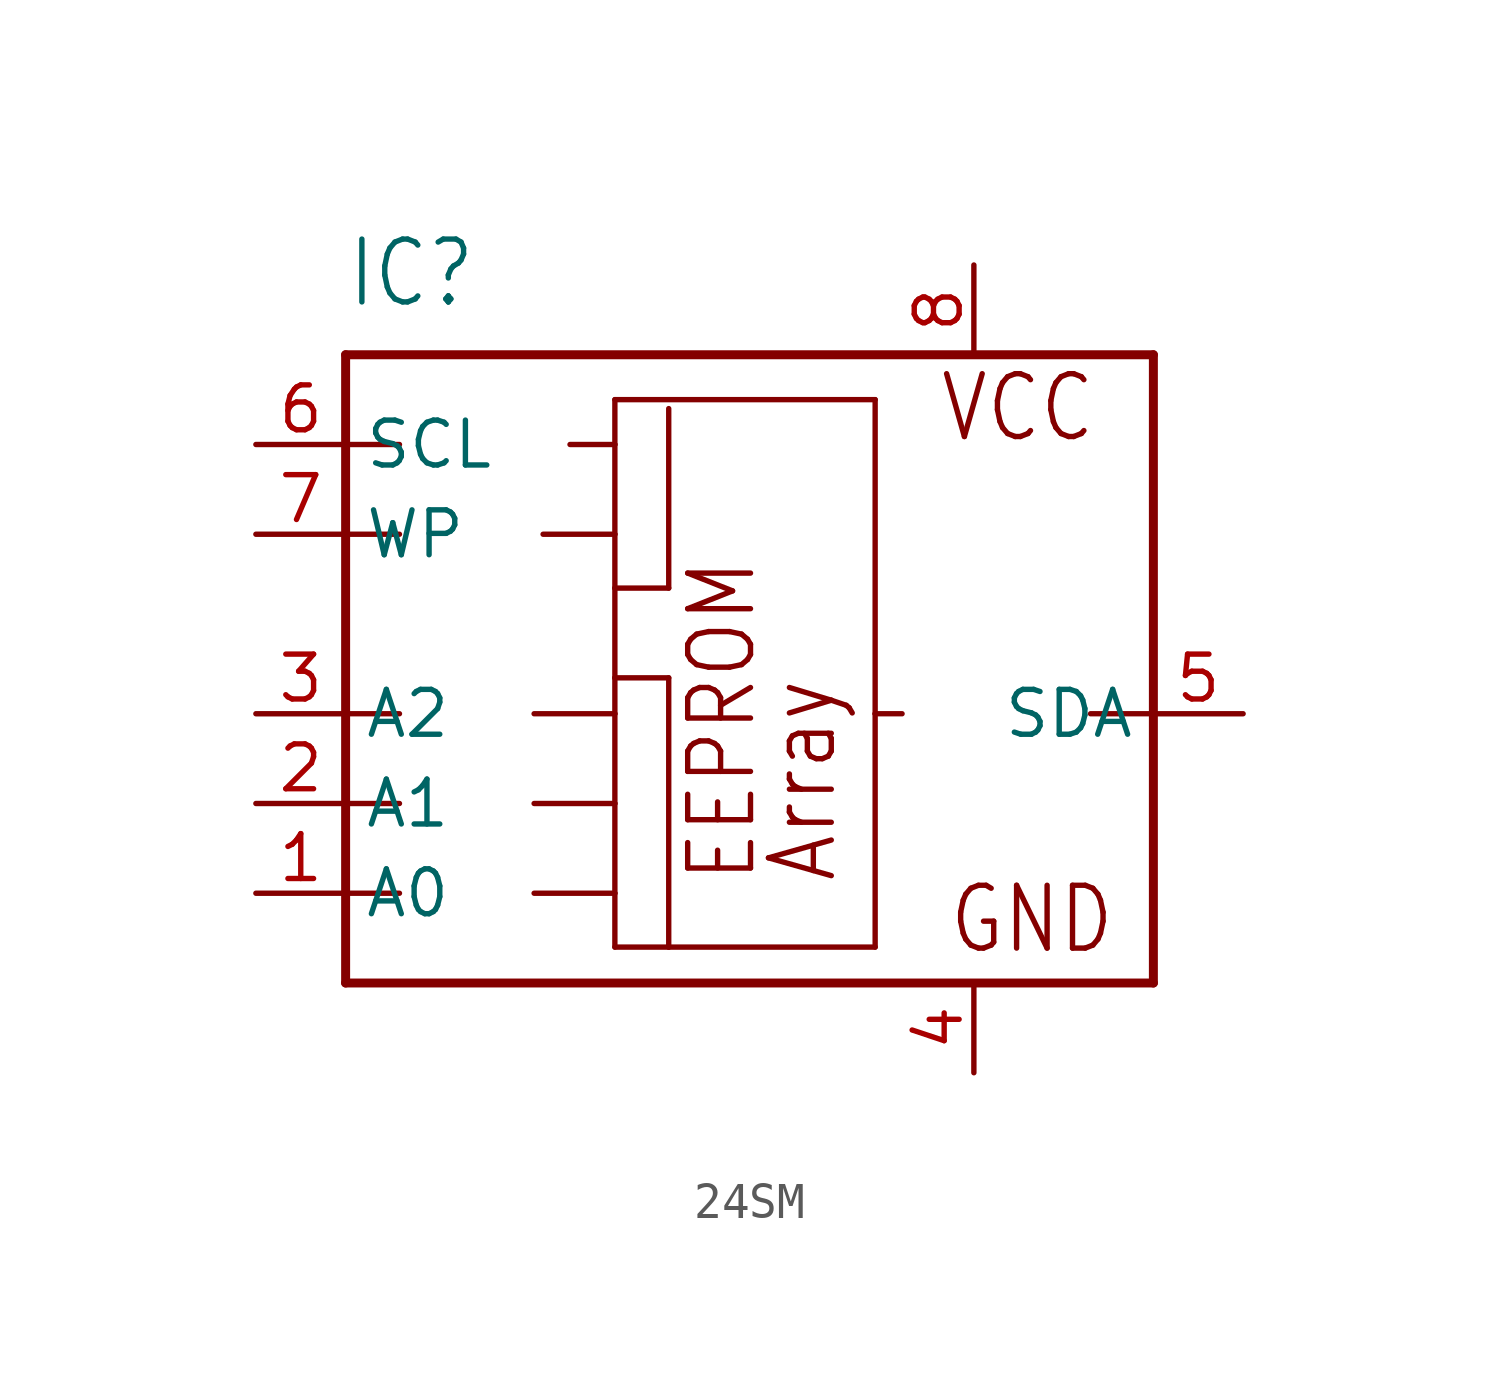
<source format=kicad_sym>
(kicad_symbol_lib
  (version 20220914)
  (generator kicad_symbol_editor)
  (symbol "24SM"
    (property "Reference" "IC"
      (at -10.16 11.43 0)
      (effects (font (size 1.778 1.511)) (justify left bottom)))
    (property "Value" ""
      (at -10.16 -10.16 0)
      (effects (font (size 1.778 1.511)) (justify left bottom)))
    (property "ki_locked" ""
      (at 0 0 0)
      (effects (font (size 1.27 1.27))))
    (symbol "24SM_1_0"
      (polyline (pts (xy -10.16 -7.62) (xy -10.16 -5.08)) (stroke (width 0.254) (type solid)) (fill (type none)))
      (polyline (pts (xy -10.16 -5.08) (xy -10.16 -2.54)) (stroke (width 0.254) (type solid)) (fill (type none)))
      (polyline (pts (xy -10.16 -5.08) (xy -8.636 -5.08)) (stroke (width 0.152) (type solid)) (fill (type none)))
      (polyline (pts (xy -10.16 -2.54) (xy -10.16 0)) (stroke (width 0.254) (type solid)) (fill (type none)))
      (polyline (pts (xy -10.16 -2.54) (xy -8.636 -2.54)) (stroke (width 0.152) (type solid)) (fill (type none)))
      (polyline (pts (xy -10.16 0) (xy -10.16 5.08)) (stroke (width 0.254) (type solid)) (fill (type none)))
      (polyline (pts (xy -10.16 0) (xy -8.636 0)) (stroke (width 0.152) (type solid)) (fill (type none)))
      (polyline (pts (xy -10.16 5.08) (xy -10.16 7.62)) (stroke (width 0.254) (type solid)) (fill (type none)))
      (polyline (pts (xy -10.16 5.08) (xy -8.636 5.08)) (stroke (width 0.152) (type solid)) (fill (type none)))
      (polyline (pts (xy -10.16 7.62) (xy -10.16 10.16)) (stroke (width 0.254) (type solid)) (fill (type none)))
      (polyline (pts (xy -10.16 7.62) (xy -8.636 7.62)) (stroke (width 0.152) (type solid)) (fill (type none)))
      (polyline (pts (xy -10.16 10.16) (xy 12.7 10.16)) (stroke (width 0.254) (type solid)) (fill (type none)))
      (polyline (pts (xy -4.826 -5.08) (xy -2.54 -5.08)) (stroke (width 0.152) (type solid)) (fill (type none)))
      (polyline (pts (xy -4.826 -2.54) (xy -2.54 -2.54)) (stroke (width 0.152) (type solid)) (fill (type none)))
      (polyline (pts (xy -4.826 0) (xy -2.54 0)) (stroke (width 0.152) (type solid)) (fill (type none)))
      (polyline (pts (xy -4.572 5.08) (xy -2.54 5.08)) (stroke (width 0.152) (type solid)) (fill (type none)))
      (polyline (pts (xy -3.81 7.62) (xy -2.54 7.62)) (stroke (width 0.152) (type solid)) (fill (type none)))
      (polyline (pts (xy -2.54 -6.604) (xy -2.54 -5.08)) (stroke (width 0.152) (type solid)) (fill (type none)))
      (polyline (pts (xy -2.54 -5.08) (xy -2.54 -2.54)) (stroke (width 0.152) (type solid)) (fill (type none)))
      (polyline (pts (xy -2.54 -2.54) (xy -2.54 0)) (stroke (width 0.152) (type solid)) (fill (type none)))
      (polyline (pts (xy -2.54 0) (xy -2.54 1.016)) (stroke (width 0.152) (type solid)) (fill (type none)))
      (polyline (pts (xy -2.54 1.016) (xy -2.54 3.556)) (stroke (width 0.152) (type solid)) (fill (type none)))
      (polyline (pts (xy -2.54 1.016) (xy -1.016 1.016)) (stroke (width 0.152) (type solid)) (fill (type none)))
      (polyline (pts (xy -2.54 3.556) (xy -2.54 5.08)) (stroke (width 0.152) (type solid)) (fill (type none)))
      (polyline (pts (xy -2.54 3.556) (xy -1.016 3.556)) (stroke (width 0.152) (type solid)) (fill (type none)))
      (polyline (pts (xy -2.54 5.08) (xy -2.54 7.62)) (stroke (width 0.152) (type solid)) (fill (type none)))
      (polyline (pts (xy -2.54 7.62) (xy -2.54 8.89)) (stroke (width 0.152) (type solid)) (fill (type none)))
      (polyline (pts (xy -2.54 8.89) (xy 4.826 8.89)) (stroke (width 0.152) (type solid)) (fill (type none)))
      (polyline (pts (xy -1.016 -6.604) (xy -2.54 -6.604)) (stroke (width 0.152) (type solid)) (fill (type none)))
      (polyline (pts (xy -1.016 1.016) (xy -1.016 -6.604)) (stroke (width 0.152) (type solid)) (fill (type none)))
      (polyline (pts (xy -1.016 8.636) (xy -1.016 3.556)) (stroke (width 0.152) (type solid)) (fill (type none)))
      (polyline (pts (xy 4.826 -6.604) (xy -1.016 -6.604)) (stroke (width 0.152) (type solid)) (fill (type none)))
      (polyline (pts (xy 4.826 0) (xy 4.826 -6.604)) (stroke (width 0.152) (type solid)) (fill (type none)))
      (polyline (pts (xy 4.826 8.89) (xy 4.826 0)) (stroke (width 0.152) (type solid)) (fill (type none)))
      (polyline (pts (xy 5.588 0) (xy 4.826 0)) (stroke (width 0.152) (type solid)) (fill (type none)))
      (polyline (pts (xy 12.7 -7.62) (xy -10.16 -7.62)) (stroke (width 0.254) (type solid)) (fill (type none)))
      (polyline (pts (xy 12.7 0) (xy 10.922 0)) (stroke (width 0.152) (type solid)) (fill (type none)))
      (polyline (pts (xy 12.7 0) (xy 12.7 -7.62)) (stroke (width 0.254) (type solid)) (fill (type none)))
      (polyline (pts (xy 12.7 10.16) (xy 12.7 0)) (stroke (width 0.254) (type solid)) (fill (type none)))
      (text "Array" (at 3.81 -4.826 900) (effects (font (size 1.778 1.511)) (justify left bottom)))
      (text "EEPROM" (at 1.524 -4.826 900) (effects (font (size 1.778 1.511)) (justify left bottom)))
      (text "GND" (at 6.858 -6.858 0) (effects (font (size 1.778 1.511)) (justify left bottom)))
      (text "VCC" (at 6.604 7.62 0) (effects (font (size 1.778 1.511)) (justify left bottom)))
      (pin input line (at -12.7 -5.08 0) (length 2.54) (name "A0" (effects (font (size 1.27 1.27)))) (number "1" (effects (font (size 1.27 1.27)))))
      (pin input line (at -12.7 -2.54 0) (length 2.54) (name "A1" (effects (font (size 1.27 1.27)))) (number "2" (effects (font (size 1.27 1.27)))))
      (pin input line (at -12.7 0 0) (length 2.54) (name "A2" (effects (font (size 1.27 1.27)))) (number "3" (effects (font (size 1.27 1.27)))))
      (pin power_in line (at 7.62 -10.16 90) (length 2.54) (name "GND" (effects (font (size 0 0)))) (number "4" (effects (font (size 1.27 1.27)))))
      (pin bidirectional line (at 15.24 0 180) (length 2.54) (name "SDA" (effects (font (size 1.27 1.27)))) (number "5" (effects (font (size 1.27 1.27)))))
      (pin input line (at -12.7 7.62 0) (length 2.54) (name "SCL" (effects (font (size 1.27 1.27)))) (number "6" (effects (font (size 1.27 1.27)))))
      (pin input line (at -12.7 5.08 0) (length 2.54) (name "WP" (effects (font (size 1.27 1.27)))) (number "7" (effects (font (size 1.27 1.27)))))
      (pin power_in line (at 7.62 12.7 270) (length 2.54) (name "VCC" (effects (font (size 0 0)))) (number "8" (effects (font (size 1.27 1.27))))))))
</source>
